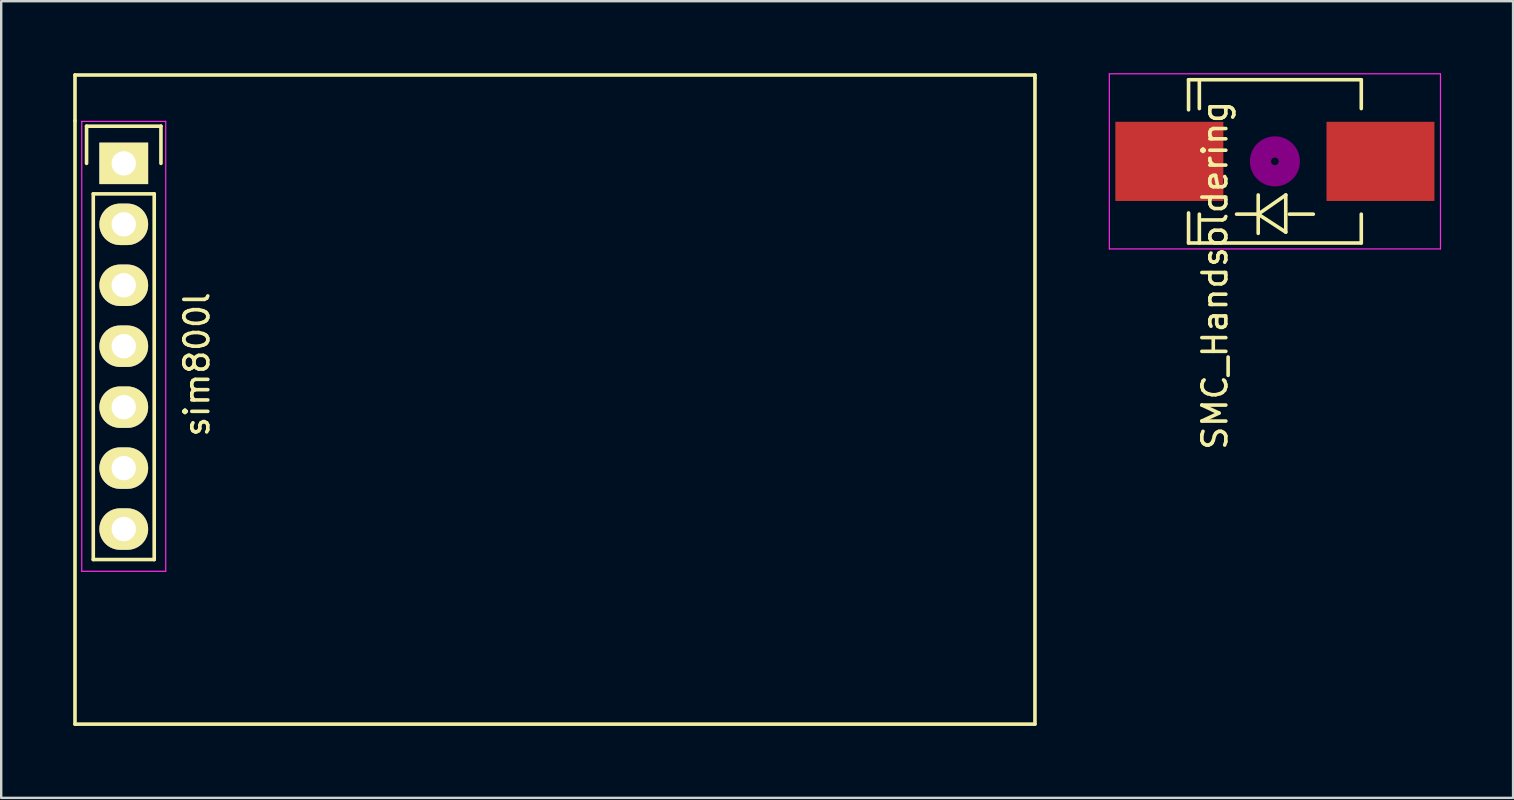
<source format=kicad_pcb>
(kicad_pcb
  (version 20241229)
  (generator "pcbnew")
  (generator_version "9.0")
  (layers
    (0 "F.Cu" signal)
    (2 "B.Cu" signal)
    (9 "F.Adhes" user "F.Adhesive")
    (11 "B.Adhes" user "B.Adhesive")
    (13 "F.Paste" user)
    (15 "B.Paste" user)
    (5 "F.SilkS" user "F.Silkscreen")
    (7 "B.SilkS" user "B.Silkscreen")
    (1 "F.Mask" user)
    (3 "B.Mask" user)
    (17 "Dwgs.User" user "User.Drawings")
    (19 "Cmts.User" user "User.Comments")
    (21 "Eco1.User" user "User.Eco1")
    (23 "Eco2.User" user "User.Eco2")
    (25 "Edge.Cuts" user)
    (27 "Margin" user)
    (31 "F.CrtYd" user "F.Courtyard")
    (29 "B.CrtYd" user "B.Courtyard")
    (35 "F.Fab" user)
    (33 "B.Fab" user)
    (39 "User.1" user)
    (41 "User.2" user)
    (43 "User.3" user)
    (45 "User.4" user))
  (footprint "SMC_Handsoldering"
    (layer "F.Cu")
    (at 50.08 3.675)
    (property "Reference" "SMC_Handsoldering" (at -2.5 4.75 90) (layer "F.SilkS") (effects (font (size 1 1) (thickness 0.15))))
    (attr smd)
    (fp_line (start -3.599 -3.401) (end -3.599 -2.149) (stroke (width 0.15) (type solid)) (layer "F.SilkS"))
    (fp_line (start -3.599 -3.401) (end 3.599 -3.401) (stroke (width 0.15) (type solid)) (layer "F.SilkS"))
    (fp_line (start -3.599 3.401) (end -3.599 2.149) (stroke (width 0.15) (type solid)) (layer "F.SilkS"))
    (fp_line (start -3.599 3.401) (end 3.599 3.401) (stroke (width 0.15) (type solid)) (layer "F.SilkS"))
    (fp_line (start -3.149 -3.401) (end -3.149 -2.2) (stroke (width 0.15) (type solid)) (layer "F.SilkS"))
    (fp_line (start -3.149 3.401) (end -3.149 2.2) (stroke (width 0.15) (type solid)) (layer "F.SilkS"))
    (fp_line (start -0.699 2.2) (end 0.452 2.949) (stroke (width 0.15) (type solid)) (layer "F.SilkS"))
    (fp_line (start -0.696 1.4) (end -0.696 3) (stroke (width 0.15) (type solid)) (layer "F.SilkS"))
    (fp_line (start -0.696 2.2) (end -1.598 2.2) (stroke (width 0.15) (type solid)) (layer "F.SilkS"))
    (fp_line (start -0.696 2.2) (end 0.455 1.4) (stroke (width 0.15) (type solid)) (layer "F.SilkS"))
    (fp_line (start 0.452 2.949) (end 0.452 1.4) (stroke (width 0.15) (type solid)) (layer "F.SilkS"))
    (fp_line (start 0.602 2.2) (end 1.6 2.2) (stroke (width 0.15) (type solid)) (layer "F.SilkS"))
    (fp_line (start 3.599 -3.401) (end 3.599 -2.2) (stroke (width 0.15) (type solid)) (layer "F.SilkS"))
    (fp_line (start 3.599 3.401) (end 3.599 2.2) (stroke (width 0.15) (type solid)) (layer "F.SilkS"))
    (fp_circle (center 0 0) (end 0.15 0.051) (stroke (width 0.381) (type solid)) (fill no) (layer "F.Adhes"))
    (fp_circle (center 0 0) (end 0.5 0.051) (stroke (width 0.381) (type solid)) (fill no) (layer "F.Adhes"))
    (fp_circle (center 0 0) (end 0.851 0.051) (stroke (width 0.381) (type solid)) (fill no) (layer "F.Adhes"))
    (fp_line (start -6.9 -3.65) (end 6.9 -3.65) (stroke (width 0.05) (type solid)) (layer "F.CrtYd"))
    (fp_line (start -6.9 3.65) (end -6.9 -3.65) (stroke (width 0.05) (type solid)) (layer "F.CrtYd"))
    (fp_line (start 6.9 -3.65) (end 6.9 3.65) (stroke (width 0.05) (type solid)) (layer "F.CrtYd"))
    (fp_line (start 6.9 3.65) (end -6.9 3.65) (stroke (width 0.05) (type solid)) (layer "F.CrtYd"))
    (pad "1" smd rect (at 4.399 0 90) (size 3.299 4.498) (layers "F.Cu" "F.Mask" "F.Paste"))
    (pad "2" smd rect (at -4.399 0 90) (size 3.299 4.501) (layers "F.Cu" "F.Mask" "F.Paste")))
  (footprint "sim800l"
    (layer "F.Cu")
    (at 2.107 3.758)
    (property "Reference" "sim800l" (at 3.048 8.382 90) (layer "F.SilkS") (effects (font (size 1 1) (thickness 0.15))))
    (attr through_hole)
    (fp_line (start -2.032 -3.683) (end -2.032 -1.778) (stroke (width 0.15) (type solid)) (layer "F.SilkS"))
    (fp_line (start -2.032 -3.683) (end 37.973 -3.683) (stroke (width 0.15) (type solid)) (layer "F.SilkS"))
    (fp_line (start -2.032 -1.778) (end -2.032 23.368) (stroke (width 0.15) (type solid)) (layer "F.SilkS"))
    (fp_line (start -2.032 23.368) (end 37.973 23.368) (stroke (width 0.15) (type solid)) (layer "F.SilkS"))
    (fp_line (start -1.55 -1.55) (end 1.55 -1.55) (stroke (width 0.15) (type solid)) (layer "F.SilkS"))
    (fp_line (start -1.55 0) (end -1.55 -1.55) (stroke (width 0.15) (type solid)) (layer "F.SilkS"))
    (fp_line (start -1.27 16.51) (end -1.27 1.27) (stroke (width 0.15) (type solid)) (layer "F.SilkS"))
    (fp_line (start 1.27 1.27) (end -1.27 1.27) (stroke (width 0.15) (type solid)) (layer "F.SilkS"))
    (fp_line (start 1.27 1.27) (end 1.27 16.51) (stroke (width 0.15) (type solid)) (layer "F.SilkS"))
    (fp_line (start 1.27 16.51) (end -1.27 16.51) (stroke (width 0.15) (type solid)) (layer "F.SilkS"))
    (fp_line (start 1.55 -1.55) (end 1.55 0) (stroke (width 0.15) (type solid)) (layer "F.SilkS"))
    (fp_line (start 37.973 -3.683) (end 37.973 -3.556) (stroke (width 0.15) (type solid)) (layer "F.SilkS"))
    (fp_line (start 37.973 23.368) (end 37.973 -3.556) (stroke (width 0.15) (type solid)) (layer "F.SilkS"))
    (fp_line (start -1.75 -1.75) (end -1.75 17) (stroke (width 0.05) (type solid)) (layer "F.CrtYd"))
    (fp_line (start -1.75 -1.75) (end 1.75 -1.75) (stroke (width 0.05) (type solid)) (layer "F.CrtYd"))
    (fp_line (start -1.75 17) (end 1.75 17) (stroke (width 0.05) (type solid)) (layer "F.CrtYd"))
    (fp_line (start 1.75 -1.75) (end 1.75 17) (stroke (width 0.05) (type solid)) (layer "F.CrtYd"))
    (pad "1" thru_hole rect (at 0 0) (size 2.032 1.727) (drill 1.016) (layers "*.Cu" "*.Mask" "F.SilkS"))
    (pad "2" thru_hole oval (at 0 2.54) (size 2.032 1.727) (drill 1.016) (layers "*.Cu" "*.Mask" "F.SilkS"))
    (pad "3" thru_hole oval (at 0 5.08) (size 2.032 1.727) (drill 1.016) (layers "*.Cu" "*.Mask" "F.SilkS"))
    (pad "4" thru_hole oval (at 0 7.62) (size 2.032 1.727) (drill 1.016) (layers "*.Cu" "*.Mask" "F.SilkS"))
    (pad "5" thru_hole oval (at 0 10.16) (size 2.032 1.727) (drill 1.016) (layers "*.Cu" "*.Mask" "F.SilkS"))
    (pad "6" thru_hole oval (at 0 12.7) (size 2.032 1.727) (drill 1.016) (layers "*.Cu" "*.Mask" "F.SilkS"))
    (pad "7" thru_hole oval (at 0 15.24) (size 2.032 1.727) (drill 1.016) (layers "*.Cu" "*.Mask" "F.SilkS")))
  (gr_rect
    (start -3 -3)
    (end 60.005 30.201)
    (stroke (width 0.1) (type default))
    (fill no)
    (layer "Edge.Cuts")))
</source>
